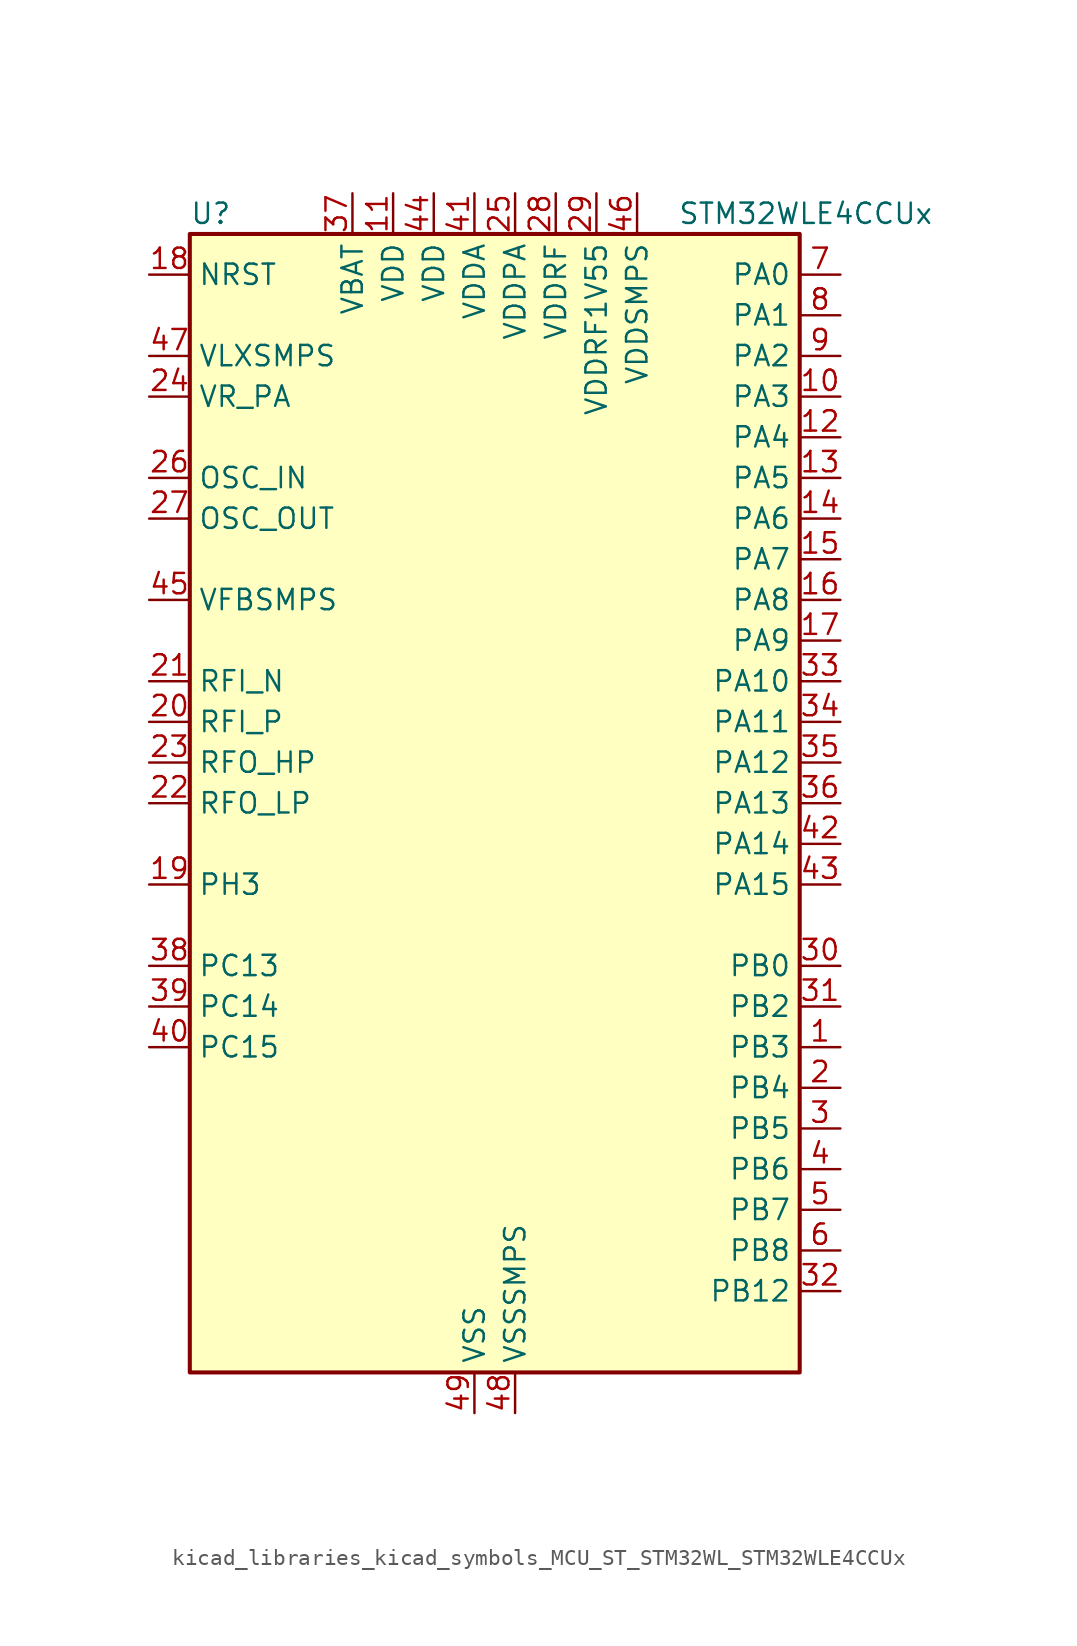
<source format=kicad_sym>
(kicad_symbol_lib
  (version 20220914)
  (generator kicad_symbol_editor)
  (symbol "kicad_libraries_kicad_symbols_MCU_ST_STM32WL_STM32WLE4CCUx"
    (property "Reference" "U"
      (at -17.78 36.83 0)
      (effects (font (size 1.27 1.27)) (justify left)))
    (property "Value" "STM32WLE4CCUx"
      (at 12.7 36.83 0)
      (effects (font (size 1.27 1.27)) (justify left)))
    (property "ki_locked" ""
      (at 0 0 0)
      (effects (font (size 1.27 1.27))))
    (symbol "kicad_libraries_kicad_symbols_MCU_ST_STM32WL_STM32WLE4CCUx_0_1"
      (rectangle (start -17.78 -35.56) (end 20.32 35.56) (stroke (width 0.254) (type default)) (fill (type background))))
    (symbol "kicad_libraries_kicad_symbols_MCU_ST_STM32WL_STM32WLE4CCUx_1_1"
      (pin bidirectional line (at 22.86 -15.24 180) (length 2.54) (name "PB3" (effects (font (size 1.27 1.27)))) (number "1" (effects (font (size 1.27 1.27)))) (alternate "ADC_IN2" bidirectional line) (alternate "COMP1_INM" bidirectional line) (alternate "COMP2_INM" bidirectional line) (alternate "DEBUG_JTDO-SWO" bidirectional line) (alternate "DEBUG_RF-DTB1" bidirectional line) (alternate "PWR_WKUP3" bidirectional line) (alternate "RTC_TAMP_IN3" bidirectional line) (alternate "SPI1_SCK" bidirectional line) (alternate "TIM2_CH2" bidirectional line) (alternate "USART1_DE" bidirectional line) (alternate "USART1_RTS" bidirectional line))
      (pin bidirectional line (at 22.86 25.4 180) (length 2.54) (name "PA3" (effects (font (size 1.27 1.27)))) (number "10" (effects (font (size 1.27 1.27)))) (alternate "I2S2_MCK" bidirectional line) (alternate "LPUART1_RX" bidirectional line) (alternate "TIM2_CH4" bidirectional line) (alternate "USART2_RX" bidirectional line))
      (pin power_in line (at -5.08 38.1 270) (length 2.54) (name "VDD" (effects (font (size 1.27 1.27)))) (number "11" (effects (font (size 1.27 1.27)))))
      (pin bidirectional line (at 22.86 22.86 180) (length 2.54) (name "PA4" (effects (font (size 1.27 1.27)))) (number "12" (effects (font (size 1.27 1.27)))) (alternate "DEBUG_SUBGHZSPI-NSSOUT" bidirectional line) (alternate "LPTIM1_OUT" bidirectional line) (alternate "LPTIM2_OUT" bidirectional line) (alternate "RTC_OUT2" bidirectional line) (alternate "SPI1_NSS" bidirectional line) (alternate "USART2_CK" bidirectional line))
      (pin bidirectional line (at 22.86 20.32 180) (length 2.54) (name "PA5" (effects (font (size 1.27 1.27)))) (number "13" (effects (font (size 1.27 1.27)))) (alternate "DEBUG_SUBGHZSPI-SCKOUT" bidirectional line) (alternate "LPTIM2_ETR" bidirectional line) (alternate "SPI1_SCK" bidirectional line) (alternate "SPI2_MISO" bidirectional line) (alternate "TIM2_CH1" bidirectional line) (alternate "TIM2_ETR" bidirectional line))
      (pin bidirectional line (at 22.86 17.78 180) (length 2.54) (name "PA6" (effects (font (size 1.27 1.27)))) (number "14" (effects (font (size 1.27 1.27)))) (alternate "DEBUG_SUBGHZSPI-MISOOUT" bidirectional line) (alternate "I2C2_SMBA" bidirectional line) (alternate "LPUART1_CTS" bidirectional line) (alternate "SPI1_MISO" bidirectional line) (alternate "TIM16_CH1" bidirectional line) (alternate "TIM1_BKIN" bidirectional line))
      (pin bidirectional line (at 22.86 15.24 180) (length 2.54) (name "PA7" (effects (font (size 1.27 1.27)))) (number "15" (effects (font (size 1.27 1.27)))) (alternate "COMP2_OUT" bidirectional line) (alternate "DEBUG_SUBGHZSPI-MOSIOUT" bidirectional line) (alternate "I2C3_SCL" bidirectional line) (alternate "SPI1_MOSI" bidirectional line) (alternate "TIM17_CH1" bidirectional line) (alternate "TIM1_CH1N" bidirectional line))
      (pin bidirectional line (at 22.86 12.7 180) (length 2.54) (name "PA8" (effects (font (size 1.27 1.27)))) (number "16" (effects (font (size 1.27 1.27)))) (alternate "I2S2_CK" bidirectional line) (alternate "LPTIM2_OUT" bidirectional line) (alternate "RCC_MCO" bidirectional line) (alternate "SPI2_SCK" bidirectional line) (alternate "TIM1_CH1" bidirectional line) (alternate "USART1_CK" bidirectional line))
      (pin bidirectional line (at 22.86 10.16 180) (length 2.54) (name "PA9" (effects (font (size 1.27 1.27)))) (number "17" (effects (font (size 1.27 1.27)))) (alternate "DAC_EXTI9" bidirectional line) (alternate "I2C1_SCL" bidirectional line) (alternate "I2S2_CK" bidirectional line) (alternate "I2S2_WS" bidirectional line) (alternate "SPI2_NSS" bidirectional line) (alternate "SPI2_SCK" bidirectional line) (alternate "TIM1_CH2" bidirectional line) (alternate "USART1_TX" bidirectional line))
      (pin input line (at -20.32 33.02 0) (length 2.54) (name "NRST" (effects (font (size 1.27 1.27)))) (number "18" (effects (font (size 1.27 1.27)))))
      (pin bidirectional line (at -20.32 -5.08 0) (length 2.54) (name "PH3" (effects (font (size 1.27 1.27)))) (number "19" (effects (font (size 1.27 1.27)))))
      (pin bidirectional line (at 22.86 -17.78 180) (length 2.54) (name "PB4" (effects (font (size 1.27 1.27)))) (number "2" (effects (font (size 1.27 1.27)))) (alternate "ADC_IN3" bidirectional line) (alternate "COMP1_INP" bidirectional line) (alternate "COMP2_INP" bidirectional line) (alternate "DEBUG_JTRST" bidirectional line) (alternate "DEBUG_RF-LDORDY" bidirectional line) (alternate "I2C3_SDA" bidirectional line) (alternate "SPI1_MISO" bidirectional line) (alternate "TIM17_BKIN" bidirectional line) (alternate "USART1_CTS" bidirectional line) (alternate "USART1_NSS" bidirectional line))
      (pin bidirectional line (at -20.32 5.08 0) (length 2.54) (name "RFI_P" (effects (font (size 1.27 1.27)))) (number "20" (effects (font (size 1.27 1.27)))))
      (pin bidirectional line (at -20.32 7.62 0) (length 2.54) (name "RFI_N" (effects (font (size 1.27 1.27)))) (number "21" (effects (font (size 1.27 1.27)))))
      (pin bidirectional line (at -20.32 0 0) (length 2.54) (name "RFO_LP" (effects (font (size 1.27 1.27)))) (number "22" (effects (font (size 1.27 1.27)))))
      (pin bidirectional line (at -20.32 2.54 0) (length 2.54) (name "RFO_HP" (effects (font (size 1.27 1.27)))) (number "23" (effects (font (size 1.27 1.27)))))
      (pin power_in line (at -20.32 25.4 0) (length 2.54) (name "VR_PA" (effects (font (size 1.27 1.27)))) (number "24" (effects (font (size 1.27 1.27)))))
      (pin power_in line (at 2.54 38.1 270) (length 2.54) (name "VDDPA" (effects (font (size 1.27 1.27)))) (number "25" (effects (font (size 1.27 1.27)))))
      (pin input line (at -20.32 20.32 0) (length 2.54) (name "OSC_IN" (effects (font (size 1.27 1.27)))) (number "26" (effects (font (size 1.27 1.27)))) (alternate "RCC_OSC_IN" bidirectional line))
      (pin input line (at -20.32 17.78 0) (length 2.54) (name "OSC_OUT" (effects (font (size 1.27 1.27)))) (number "27" (effects (font (size 1.27 1.27)))) (alternate "RCC_OSC_OUT" bidirectional line))
      (pin power_in line (at 5.08 38.1 270) (length 2.54) (name "VDDRF" (effects (font (size 1.27 1.27)))) (number "28" (effects (font (size 1.27 1.27)))))
      (pin power_in line (at 7.62 38.1 270) (length 2.54) (name "VDDRF1V55" (effects (font (size 1.27 1.27)))) (number "29" (effects (font (size 1.27 1.27)))))
      (pin bidirectional line (at 22.86 -20.32 180) (length 2.54) (name "PB5" (effects (font (size 1.27 1.27)))) (number "3" (effects (font (size 1.27 1.27)))) (alternate "COMP2_OUT" bidirectional line) (alternate "I2C1_SMBA" bidirectional line) (alternate "LPTIM1_IN1" bidirectional line) (alternate "SPI1_MOSI" bidirectional line) (alternate "TIM16_BKIN" bidirectional line) (alternate "USART1_CK" bidirectional line))
      (pin bidirectional line (at 22.86 -10.16 180) (length 2.54) (name "PB0" (effects (font (size 1.27 1.27)))) (number "30" (effects (font (size 1.27 1.27)))) (alternate "COMP1_OUT" bidirectional line) (alternate "VDDTCXO" bidirectional line))
      (pin bidirectional line (at 22.86 -12.7 180) (length 2.54) (name "PB2" (effects (font (size 1.27 1.27)))) (number "31" (effects (font (size 1.27 1.27)))) (alternate "ADC_IN4" bidirectional line) (alternate "COMP1_INP" bidirectional line) (alternate "COMP2_INM" bidirectional line) (alternate "DEBUG_RF-SMPSRDY" bidirectional line) (alternate "I2C3_SMBA" bidirectional line) (alternate "LPTIM1_OUT" bidirectional line) (alternate "SPI1_NSS" bidirectional line))
      (pin bidirectional line (at 22.86 -30.48 180) (length 2.54) (name "PB12" (effects (font (size 1.27 1.27)))) (number "32" (effects (font (size 1.27 1.27)))) (alternate "I2C3_SMBA" bidirectional line) (alternate "I2S2_WS" bidirectional line) (alternate "LPUART1_RTS" bidirectional line) (alternate "SPI2_NSS" bidirectional line) (alternate "TIM1_BKIN" bidirectional line))
      (pin bidirectional line (at 22.86 7.62 180) (length 2.54) (name "PA10" (effects (font (size 1.27 1.27)))) (number "33" (effects (font (size 1.27 1.27)))) (alternate "ADC_IN6" bidirectional line) (alternate "COMP1_INM" bidirectional line) (alternate "COMP2_INM" bidirectional line) (alternate "DAC_OUT1" bidirectional line) (alternate "DEBUG_RF-HSE32RDY" bidirectional line) (alternate "I2C1_SDA" bidirectional line) (alternate "I2S2_SD" bidirectional line) (alternate "RTC_REFIN" bidirectional line) (alternate "SPI2_MOSI" bidirectional line) (alternate "TIM17_BKIN" bidirectional line) (alternate "TIM1_CH3" bidirectional line) (alternate "USART1_RX" bidirectional line))
      (pin bidirectional line (at 22.86 5.08 180) (length 2.54) (name "PA11" (effects (font (size 1.27 1.27)))) (number "34" (effects (font (size 1.27 1.27)))) (alternate "ADC_EXTI11" bidirectional line) (alternate "ADC_IN7" bidirectional line) (alternate "COMP1_INM" bidirectional line) (alternate "COMP2_INM" bidirectional line) (alternate "DEBUG_RF-NRESET" bidirectional line) (alternate "I2C2_SDA" bidirectional line) (alternate "LPTIM3_ETR" bidirectional line) (alternate "SPI1_MISO" bidirectional line) (alternate "TIM1_BKIN2" bidirectional line) (alternate "TIM1_CH4" bidirectional line) (alternate "USART1_CTS" bidirectional line) (alternate "USART1_NSS" bidirectional line))
      (pin bidirectional line (at 22.86 2.54 180) (length 2.54) (name "PA12" (effects (font (size 1.27 1.27)))) (number "35" (effects (font (size 1.27 1.27)))) (alternate "ADC_IN8" bidirectional line) (alternate "DEBUG_RF-BUSY" bidirectional line) (alternate "I2C2_SCL" bidirectional line) (alternate "LPTIM3_IN1" bidirectional line) (alternate "SPI1_MOSI" bidirectional line) (alternate "TIM1_ETR" bidirectional line) (alternate "USART1_DE" bidirectional line) (alternate "USART1_RTS" bidirectional line))
      (pin bidirectional line (at 22.86 0 180) (length 2.54) (name "PA13" (effects (font (size 1.27 1.27)))) (number "36" (effects (font (size 1.27 1.27)))) (alternate "ADC_IN9" bidirectional line) (alternate "DEBUG_JTMS-SWDIO" bidirectional line) (alternate "I2C2_SMBA" bidirectional line) (alternate "IR_OUT" bidirectional line))
      (pin power_in line (at -7.62 38.1 270) (length 2.54) (name "VBAT" (effects (font (size 1.27 1.27)))) (number "37" (effects (font (size 1.27 1.27)))))
      (pin bidirectional line (at -20.32 -10.16 0) (length 2.54) (name "PC13" (effects (font (size 1.27 1.27)))) (number "38" (effects (font (size 1.27 1.27)))) (alternate "PWR_WKUP2" bidirectional line) (alternate "RTC_OUT1" bidirectional line) (alternate "RTC_TAMP_IN1" bidirectional line) (alternate "RTC_TS" bidirectional line))
      (pin bidirectional line (at -20.32 -12.7 0) (length 2.54) (name "PC14" (effects (font (size 1.27 1.27)))) (number "39" (effects (font (size 1.27 1.27)))) (alternate "RCC_OSC32_IN" bidirectional line))
      (pin bidirectional line (at 22.86 -22.86 180) (length 2.54) (name "PB6" (effects (font (size 1.27 1.27)))) (number "4" (effects (font (size 1.27 1.27)))) (alternate "I2C1_SCL" bidirectional line) (alternate "LPTIM1_ETR" bidirectional line) (alternate "TIM16_CH1N" bidirectional line) (alternate "USART1_TX" bidirectional line))
      (pin bidirectional line (at -20.32 -15.24 0) (length 2.54) (name "PC15" (effects (font (size 1.27 1.27)))) (number "40" (effects (font (size 1.27 1.27)))) (alternate "RCC_OSC32_OUT" bidirectional line))
      (pin power_in line (at 0 38.1 270) (length 2.54) (name "VDDA" (effects (font (size 1.27 1.27)))) (number "41" (effects (font (size 1.27 1.27)))))
      (pin bidirectional line (at 22.86 -2.54 180) (length 2.54) (name "PA14" (effects (font (size 1.27 1.27)))) (number "42" (effects (font (size 1.27 1.27)))) (alternate "ADC_IN10" bidirectional line) (alternate "DEBUG_JTCK-SWCLK" bidirectional line) (alternate "I2C1_SMBA" bidirectional line) (alternate "LPTIM1_OUT" bidirectional line))
      (pin bidirectional line (at 22.86 -5.08 180) (length 2.54) (name "PA15" (effects (font (size 1.27 1.27)))) (number "43" (effects (font (size 1.27 1.27)))) (alternate "ADC_IN11" bidirectional line) (alternate "COMP1_INM" bidirectional line) (alternate "COMP2_INP" bidirectional line) (alternate "DEBUG_JTDI" bidirectional line) (alternate "I2C2_SDA" bidirectional line) (alternate "SPI1_NSS" bidirectional line) (alternate "TIM2_CH1" bidirectional line) (alternate "TIM2_ETR" bidirectional line))
      (pin power_in line (at -2.54 38.1 270) (length 2.54) (name "VDD" (effects (font (size 1.27 1.27)))) (number "44" (effects (font (size 1.27 1.27)))))
      (pin input line (at -20.32 12.7 0) (length 2.54) (name "VFBSMPS" (effects (font (size 1.27 1.27)))) (number "45" (effects (font (size 1.27 1.27)))))
      (pin power_in line (at 10.16 38.1 270) (length 2.54) (name "VDDSMPS" (effects (font (size 1.27 1.27)))) (number "46" (effects (font (size 1.27 1.27)))))
      (pin power_in line (at -20.32 27.94 0) (length 2.54) (name "VLXSMPS" (effects (font (size 1.27 1.27)))) (number "47" (effects (font (size 1.27 1.27)))))
      (pin power_in line (at 2.54 -38.1 90) (length 2.54) (name "VSSSMPS" (effects (font (size 1.27 1.27)))) (number "48" (effects (font (size 1.27 1.27)))))
      (pin power_in line (at 0 -38.1 90) (length 2.54) (name "VSS" (effects (font (size 1.27 1.27)))) (number "49" (effects (font (size 1.27 1.27)))))
      (pin bidirectional line (at 22.86 -25.4 180) (length 2.54) (name "PB7" (effects (font (size 1.27 1.27)))) (number "5" (effects (font (size 1.27 1.27)))) (alternate "I2C1_SDA" bidirectional line) (alternate "LPTIM1_IN2" bidirectional line) (alternate "PWR_PVD_IN" bidirectional line) (alternate "TIM17_CH1N" bidirectional line) (alternate "TIM1_BKIN" bidirectional line) (alternate "USART1_RX" bidirectional line))
      (pin bidirectional line (at 22.86 -27.94 180) (length 2.54) (name "PB8" (effects (font (size 1.27 1.27)))) (number "6" (effects (font (size 1.27 1.27)))) (alternate "I2C1_SCL" bidirectional line) (alternate "TIM16_CH1" bidirectional line) (alternate "TIM1_CH2N" bidirectional line))
      (pin bidirectional line (at 22.86 33.02 180) (length 2.54) (name "PA0" (effects (font (size 1.27 1.27)))) (number "7" (effects (font (size 1.27 1.27)))) (alternate "COMP1_OUT" bidirectional line) (alternate "DEBUG_PWR-REGLP1S" bidirectional line) (alternate "I2C3_SMBA" bidirectional line) (alternate "I2S_CKIN" bidirectional line) (alternate "PWR_WKUP1" bidirectional line) (alternate "RTC_TAMP_IN2" bidirectional line) (alternate "TIM2_CH1" bidirectional line) (alternate "TIM2_ETR" bidirectional line) (alternate "USART2_CTS" bidirectional line) (alternate "USART2_NSS" bidirectional line))
      (pin bidirectional line (at 22.86 30.48 180) (length 2.54) (name "PA1" (effects (font (size 1.27 1.27)))) (number "8" (effects (font (size 1.27 1.27)))) (alternate "DEBUG_PWR-REGLP2S" bidirectional line) (alternate "I2C1_SMBA" bidirectional line) (alternate "LPTIM3_OUT" bidirectional line) (alternate "LPUART1_RTS" bidirectional line) (alternate "SPI1_SCK" bidirectional line) (alternate "TIM2_CH2" bidirectional line) (alternate "USART2_DE" bidirectional line) (alternate "USART2_RTS" bidirectional line))
      (pin bidirectional line (at 22.86 27.94 180) (length 2.54) (name "PA2" (effects (font (size 1.27 1.27)))) (number "9" (effects (font (size 1.27 1.27)))) (alternate "COMP2_OUT" bidirectional line) (alternate "DEBUG_PWR-LDORDY" bidirectional line) (alternate "LPUART1_TX" bidirectional line) (alternate "RCC_LSCO" bidirectional line) (alternate "TIM2_CH3" bidirectional line) (alternate "USART2_TX" bidirectional line)))))
</source>
